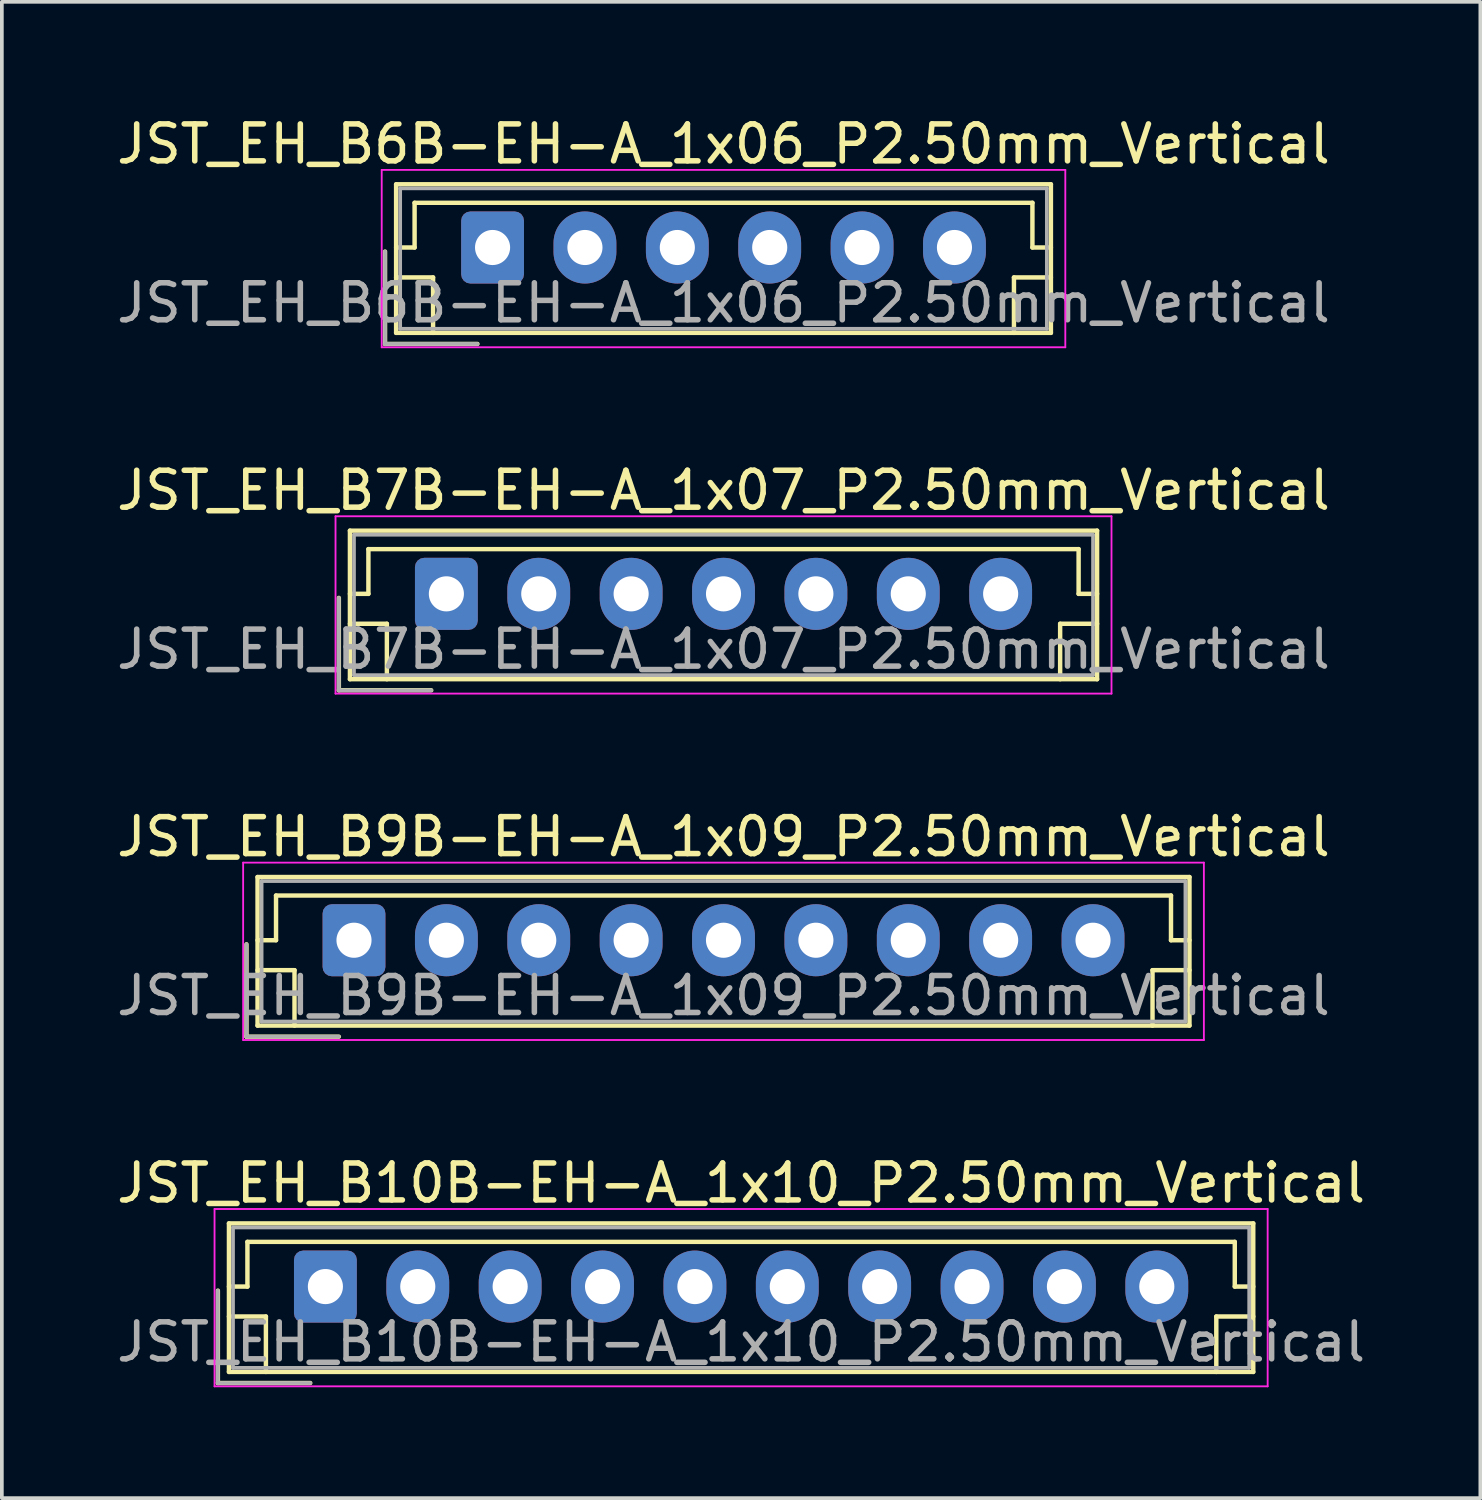
<source format=kicad_pcb>
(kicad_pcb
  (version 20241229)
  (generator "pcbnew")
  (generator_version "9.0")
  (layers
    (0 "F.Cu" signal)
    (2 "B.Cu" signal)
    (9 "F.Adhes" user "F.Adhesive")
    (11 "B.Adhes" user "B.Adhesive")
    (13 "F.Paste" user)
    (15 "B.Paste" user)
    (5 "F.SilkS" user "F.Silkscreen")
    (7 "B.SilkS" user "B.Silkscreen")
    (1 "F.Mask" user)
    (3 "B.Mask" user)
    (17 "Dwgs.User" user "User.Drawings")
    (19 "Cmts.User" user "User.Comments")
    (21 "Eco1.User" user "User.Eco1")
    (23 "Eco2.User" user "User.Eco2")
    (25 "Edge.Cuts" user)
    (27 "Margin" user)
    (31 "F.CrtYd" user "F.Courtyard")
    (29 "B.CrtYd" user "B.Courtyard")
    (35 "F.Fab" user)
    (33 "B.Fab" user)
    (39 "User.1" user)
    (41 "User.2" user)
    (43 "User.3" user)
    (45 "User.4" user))
  (footprint "JST_EH_B9B-EH-A_1x09_P2.50mm_Vertical"
    (layer "F.Cu")
    (at 6.53 22.395)
    (property "Reference" "JST_EH_B9B-EH-A_1x09_P2.50mm_Vertical" (at 10 -2.8 0) (layer "F.SilkS") (effects (font (size 1 1) (thickness 0.15))))
    (attr through_hole)
    (fp_line (start -2.91 0.11) (end -2.91 2.61) (stroke (width 0.12) (type solid)) (layer "F.SilkS"))
    (fp_line (start -2.91 2.61) (end -0.41 2.61) (stroke (width 0.12) (type solid)) (layer "F.SilkS"))
    (fp_line (start -2.61 -1.71) (end -2.61 2.31) (stroke (width 0.12) (type solid)) (layer "F.SilkS"))
    (fp_line (start -2.61 0) (end -2.11 0) (stroke (width 0.12) (type solid)) (layer "F.SilkS"))
    (fp_line (start -2.61 0.81) (end -1.61 0.81) (stroke (width 0.12) (type solid)) (layer "F.SilkS"))
    (fp_line (start -2.61 2.31) (end 22.61 2.31) (stroke (width 0.12) (type solid)) (layer "F.SilkS"))
    (fp_line (start -2.11 -1.21) (end 22.11 -1.21) (stroke (width 0.12) (type solid)) (layer "F.SilkS"))
    (fp_line (start -2.11 0) (end -2.11 -1.21) (stroke (width 0.12) (type solid)) (layer "F.SilkS"))
    (fp_line (start -1.61 0.81) (end -1.61 2.31) (stroke (width 0.12) (type solid)) (layer "F.SilkS"))
    (fp_line (start 21.61 0.81) (end 21.61 2.31) (stroke (width 0.12) (type solid)) (layer "F.SilkS"))
    (fp_line (start 22.11 -1.21) (end 22.11 0) (stroke (width 0.12) (type solid)) (layer "F.SilkS"))
    (fp_line (start 22.11 0) (end 22.61 0) (stroke (width 0.12) (type solid)) (layer "F.SilkS"))
    (fp_line (start 22.61 -1.71) (end -2.61 -1.71) (stroke (width 0.12) (type solid)) (layer "F.SilkS"))
    (fp_line (start 22.61 0.81) (end 21.61 0.81) (stroke (width 0.12) (type solid)) (layer "F.SilkS"))
    (fp_line (start 22.61 2.31) (end 22.61 -1.71) (stroke (width 0.12) (type solid)) (layer "F.SilkS"))
    (fp_line (start -3 -2.1) (end -3 2.7) (stroke (width 0.05) (type solid)) (layer "F.CrtYd"))
    (fp_line (start -3 2.7) (end 23 2.7) (stroke (width 0.05) (type solid)) (layer "F.CrtYd"))
    (fp_line (start 23 -2.1) (end -3 -2.1) (stroke (width 0.05) (type solid)) (layer "F.CrtYd"))
    (fp_line (start 23 2.7) (end 23 -2.1) (stroke (width 0.05) (type solid)) (layer "F.CrtYd"))
    (fp_line (start -2.91 0.11) (end -2.91 2.61) (stroke (width 0.1) (type solid)) (layer "F.Fab"))
    (fp_line (start -2.91 2.61) (end -0.41 2.61) (stroke (width 0.1) (type solid)) (layer "F.Fab"))
    (fp_line (start -2.5 -1.6) (end -2.5 2.2) (stroke (width 0.1) (type solid)) (layer "F.Fab"))
    (fp_line (start -2.5 2.2) (end 22.5 2.2) (stroke (width 0.1) (type solid)) (layer "F.Fab"))
    (fp_line (start 22.5 -1.6) (end -2.5 -1.6) (stroke (width 0.1) (type solid)) (layer "F.Fab"))
    (fp_line (start 22.5 2.2) (end 22.5 -1.6) (stroke (width 0.1) (type solid)) (layer "F.Fab"))
    (fp_text user "${REFERENCE}" (at 10 1.5 0) (layer "F.Fab") (effects (font (size 1 1) (thickness 0.15))))
    (pad "1" thru_hole roundrect (at 0 0) (size 1.7 1.95) (drill 0.95) (layers "*.Cu" "*.Mask") (roundrect_rratio 0.147))
    (pad "2" thru_hole oval (at 2.5 0) (size 1.7 1.95) (drill 0.95) (layers "*.Cu" "*.Mask"))
    (pad "3" thru_hole oval (at 5 0) (size 1.7 1.95) (drill 0.95) (layers "*.Cu" "*.Mask"))
    (pad "4" thru_hole oval (at 7.5 0) (size 1.7 1.95) (drill 0.95) (layers "*.Cu" "*.Mask"))
    (pad "5" thru_hole oval (at 10 0) (size 1.7 1.95) (drill 0.95) (layers "*.Cu" "*.Mask"))
    (pad "6" thru_hole oval (at 12.5 0) (size 1.7 1.95) (drill 0.95) (layers "*.Cu" "*.Mask"))
    (pad "7" thru_hole oval (at 15 0) (size 1.7 1.95) (drill 0.95) (layers "*.Cu" "*.Mask"))
    (pad "8" thru_hole oval (at 17.5 0) (size 1.7 1.95) (drill 0.95) (layers "*.Cu" "*.Mask"))
    (pad "9" thru_hole oval (at 20 0) (size 1.7 1.95) (drill 0.95) (layers "*.Cu" "*.Mask")))
  (footprint "JST_EH_B7B-EH-A_1x07_P2.50mm_Vertical"
    (layer "F.Cu")
    (at 9.03 13.021)
    (property "Reference" "JST_EH_B7B-EH-A_1x07_P2.50mm_Vertical" (at 7.5 -2.8 0) (layer "F.SilkS") (effects (font (size 1 1) (thickness 0.15))))
    (attr through_hole)
    (fp_line (start -2.91 0.11) (end -2.91 2.61) (stroke (width 0.12) (type solid)) (layer "F.SilkS"))
    (fp_line (start -2.91 2.61) (end -0.41 2.61) (stroke (width 0.12) (type solid)) (layer "F.SilkS"))
    (fp_line (start -2.61 -1.71) (end -2.61 2.31) (stroke (width 0.12) (type solid)) (layer "F.SilkS"))
    (fp_line (start -2.61 0) (end -2.11 0) (stroke (width 0.12) (type solid)) (layer "F.SilkS"))
    (fp_line (start -2.61 0.81) (end -1.61 0.81) (stroke (width 0.12) (type solid)) (layer "F.SilkS"))
    (fp_line (start -2.61 2.31) (end 17.61 2.31) (stroke (width 0.12) (type solid)) (layer "F.SilkS"))
    (fp_line (start -2.11 -1.21) (end 17.11 -1.21) (stroke (width 0.12) (type solid)) (layer "F.SilkS"))
    (fp_line (start -2.11 0) (end -2.11 -1.21) (stroke (width 0.12) (type solid)) (layer "F.SilkS"))
    (fp_line (start -1.61 0.81) (end -1.61 2.31) (stroke (width 0.12) (type solid)) (layer "F.SilkS"))
    (fp_line (start 16.61 0.81) (end 16.61 2.31) (stroke (width 0.12) (type solid)) (layer "F.SilkS"))
    (fp_line (start 17.11 -1.21) (end 17.11 0) (stroke (width 0.12) (type solid)) (layer "F.SilkS"))
    (fp_line (start 17.11 0) (end 17.61 0) (stroke (width 0.12) (type solid)) (layer "F.SilkS"))
    (fp_line (start 17.61 -1.71) (end -2.61 -1.71) (stroke (width 0.12) (type solid)) (layer "F.SilkS"))
    (fp_line (start 17.61 0.81) (end 16.61 0.81) (stroke (width 0.12) (type solid)) (layer "F.SilkS"))
    (fp_line (start 17.61 2.31) (end 17.61 -1.71) (stroke (width 0.12) (type solid)) (layer "F.SilkS"))
    (fp_line (start -3 -2.1) (end -3 2.7) (stroke (width 0.05) (type solid)) (layer "F.CrtYd"))
    (fp_line (start -3 2.7) (end 18 2.7) (stroke (width 0.05) (type solid)) (layer "F.CrtYd"))
    (fp_line (start 18 -2.1) (end -3 -2.1) (stroke (width 0.05) (type solid)) (layer "F.CrtYd"))
    (fp_line (start 18 2.7) (end 18 -2.1) (stroke (width 0.05) (type solid)) (layer "F.CrtYd"))
    (fp_line (start -2.91 0.11) (end -2.91 2.61) (stroke (width 0.1) (type solid)) (layer "F.Fab"))
    (fp_line (start -2.91 2.61) (end -0.41 2.61) (stroke (width 0.1) (type solid)) (layer "F.Fab"))
    (fp_line (start -2.5 -1.6) (end -2.5 2.2) (stroke (width 0.1) (type solid)) (layer "F.Fab"))
    (fp_line (start -2.5 2.2) (end 17.5 2.2) (stroke (width 0.1) (type solid)) (layer "F.Fab"))
    (fp_line (start 17.5 -1.6) (end -2.5 -1.6) (stroke (width 0.1) (type solid)) (layer "F.Fab"))
    (fp_line (start 17.5 2.2) (end 17.5 -1.6) (stroke (width 0.1) (type solid)) (layer "F.Fab"))
    (fp_text user "${REFERENCE}" (at 7.5 1.5 0) (layer "F.Fab") (effects (font (size 1 1) (thickness 0.15))))
    (pad "1" thru_hole roundrect (at 0 0) (size 1.7 1.95) (drill 0.95) (layers "*.Cu" "*.Mask") (roundrect_rratio 0.147))
    (pad "2" thru_hole oval (at 2.5 0) (size 1.7 1.95) (drill 0.95) (layers "*.Cu" "*.Mask"))
    (pad "3" thru_hole oval (at 5 0) (size 1.7 1.95) (drill 0.95) (layers "*.Cu" "*.Mask"))
    (pad "4" thru_hole oval (at 7.5 0) (size 1.7 1.95) (drill 0.95) (layers "*.Cu" "*.Mask"))
    (pad "5" thru_hole oval (at 10 0) (size 1.7 1.95) (drill 0.95) (layers "*.Cu" "*.Mask"))
    (pad "6" thru_hole oval (at 12.5 0) (size 1.7 1.95) (drill 0.95) (layers "*.Cu" "*.Mask"))
    (pad "7" thru_hole oval (at 15 0) (size 1.7 1.95) (drill 0.95) (layers "*.Cu" "*.Mask")))
  (footprint "JST_EH_B6B-EH-A_1x06_P2.50mm_Vertical"
    (layer "F.Cu")
    (at 10.28 3.648)
    (property "Reference" "JST_EH_B6B-EH-A_1x06_P2.50mm_Vertical" (at 6.25 -2.8 0) (layer "F.SilkS") (effects (font (size 1 1) (thickness 0.15))))
    (attr through_hole)
    (fp_line (start -2.91 0.11) (end -2.91 2.61) (stroke (width 0.12) (type solid)) (layer "F.SilkS"))
    (fp_line (start -2.91 2.61) (end -0.41 2.61) (stroke (width 0.12) (type solid)) (layer "F.SilkS"))
    (fp_line (start -2.61 -1.71) (end -2.61 2.31) (stroke (width 0.12) (type solid)) (layer "F.SilkS"))
    (fp_line (start -2.61 0) (end -2.11 0) (stroke (width 0.12) (type solid)) (layer "F.SilkS"))
    (fp_line (start -2.61 0.81) (end -1.61 0.81) (stroke (width 0.12) (type solid)) (layer "F.SilkS"))
    (fp_line (start -2.61 2.31) (end 15.11 2.31) (stroke (width 0.12) (type solid)) (layer "F.SilkS"))
    (fp_line (start -2.11 -1.21) (end 14.61 -1.21) (stroke (width 0.12) (type solid)) (layer "F.SilkS"))
    (fp_line (start -2.11 0) (end -2.11 -1.21) (stroke (width 0.12) (type solid)) (layer "F.SilkS"))
    (fp_line (start -1.61 0.81) (end -1.61 2.31) (stroke (width 0.12) (type solid)) (layer "F.SilkS"))
    (fp_line (start 14.11 0.81) (end 14.11 2.31) (stroke (width 0.12) (type solid)) (layer "F.SilkS"))
    (fp_line (start 14.61 -1.21) (end 14.61 0) (stroke (width 0.12) (type solid)) (layer "F.SilkS"))
    (fp_line (start 14.61 0) (end 15.11 0) (stroke (width 0.12) (type solid)) (layer "F.SilkS"))
    (fp_line (start 15.11 -1.71) (end -2.61 -1.71) (stroke (width 0.12) (type solid)) (layer "F.SilkS"))
    (fp_line (start 15.11 0.81) (end 14.11 0.81) (stroke (width 0.12) (type solid)) (layer "F.SilkS"))
    (fp_line (start 15.11 2.31) (end 15.11 -1.71) (stroke (width 0.12) (type solid)) (layer "F.SilkS"))
    (fp_line (start -3 -2.1) (end -3 2.7) (stroke (width 0.05) (type solid)) (layer "F.CrtYd"))
    (fp_line (start -3 2.7) (end 15.5 2.7) (stroke (width 0.05) (type solid)) (layer "F.CrtYd"))
    (fp_line (start 15.5 -2.1) (end -3 -2.1) (stroke (width 0.05) (type solid)) (layer "F.CrtYd"))
    (fp_line (start 15.5 2.7) (end 15.5 -2.1) (stroke (width 0.05) (type solid)) (layer "F.CrtYd"))
    (fp_line (start -2.91 0.11) (end -2.91 2.61) (stroke (width 0.1) (type solid)) (layer "F.Fab"))
    (fp_line (start -2.91 2.61) (end -0.41 2.61) (stroke (width 0.1) (type solid)) (layer "F.Fab"))
    (fp_line (start -2.5 -1.6) (end -2.5 2.2) (stroke (width 0.1) (type solid)) (layer "F.Fab"))
    (fp_line (start -2.5 2.2) (end 15 2.2) (stroke (width 0.1) (type solid)) (layer "F.Fab"))
    (fp_line (start 15 -1.6) (end -2.5 -1.6) (stroke (width 0.1) (type solid)) (layer "F.Fab"))
    (fp_line (start 15 2.2) (end 15 -1.6) (stroke (width 0.1) (type solid)) (layer "F.Fab"))
    (fp_text user "${REFERENCE}" (at 6.25 1.5 0) (layer "F.Fab") (effects (font (size 1 1) (thickness 0.15))))
    (pad "1" thru_hole roundrect (at 0 0) (size 1.7 1.95) (drill 0.95) (layers "*.Cu" "*.Mask") (roundrect_rratio 0.147))
    (pad "2" thru_hole oval (at 2.5 0) (size 1.7 1.95) (drill 0.95) (layers "*.Cu" "*.Mask"))
    (pad "3" thru_hole oval (at 5 0) (size 1.7 1.95) (drill 0.95) (layers "*.Cu" "*.Mask"))
    (pad "4" thru_hole oval (at 7.5 0) (size 1.7 1.95) (drill 0.95) (layers "*.Cu" "*.Mask"))
    (pad "5" thru_hole oval (at 10 0) (size 1.7 1.95) (drill 0.95) (layers "*.Cu" "*.Mask"))
    (pad "6" thru_hole oval (at 12.5 0) (size 1.7 1.95) (drill 0.95) (layers "*.Cu" "*.Mask")))
  (footprint "JST_EH_B10B-EH-A_1x10_P2.50mm_Vertical"
    (layer "F.Cu")
    (at 5.756 31.768)
    (property "Reference" "JST_EH_B10B-EH-A_1x10_P2.50mm_Vertical" (at 11.25 -2.8 0) (layer "F.SilkS") (effects (font (size 1 1) (thickness 0.15))))
    (attr through_hole)
    (fp_line (start -2.91 0.11) (end -2.91 2.61) (stroke (width 0.12) (type solid)) (layer "F.SilkS"))
    (fp_line (start -2.91 2.61) (end -0.41 2.61) (stroke (width 0.12) (type solid)) (layer "F.SilkS"))
    (fp_line (start -2.61 -1.71) (end -2.61 2.31) (stroke (width 0.12) (type solid)) (layer "F.SilkS"))
    (fp_line (start -2.61 0) (end -2.11 0) (stroke (width 0.12) (type solid)) (layer "F.SilkS"))
    (fp_line (start -2.61 0.81) (end -1.61 0.81) (stroke (width 0.12) (type solid)) (layer "F.SilkS"))
    (fp_line (start -2.61 2.31) (end 25.11 2.31) (stroke (width 0.12) (type solid)) (layer "F.SilkS"))
    (fp_line (start -2.11 -1.21) (end 24.61 -1.21) (stroke (width 0.12) (type solid)) (layer "F.SilkS"))
    (fp_line (start -2.11 0) (end -2.11 -1.21) (stroke (width 0.12) (type solid)) (layer "F.SilkS"))
    (fp_line (start -1.61 0.81) (end -1.61 2.31) (stroke (width 0.12) (type solid)) (layer "F.SilkS"))
    (fp_line (start 24.11 0.81) (end 24.11 2.31) (stroke (width 0.12) (type solid)) (layer "F.SilkS"))
    (fp_line (start 24.61 -1.21) (end 24.61 0) (stroke (width 0.12) (type solid)) (layer "F.SilkS"))
    (fp_line (start 24.61 0) (end 25.11 0) (stroke (width 0.12) (type solid)) (layer "F.SilkS"))
    (fp_line (start 25.11 -1.71) (end -2.61 -1.71) (stroke (width 0.12) (type solid)) (layer "F.SilkS"))
    (fp_line (start 25.11 0.81) (end 24.11 0.81) (stroke (width 0.12) (type solid)) (layer "F.SilkS"))
    (fp_line (start 25.11 2.31) (end 25.11 -1.71) (stroke (width 0.12) (type solid)) (layer "F.SilkS"))
    (fp_line (start -3 -2.1) (end -3 2.7) (stroke (width 0.05) (type solid)) (layer "F.CrtYd"))
    (fp_line (start -3 2.7) (end 25.5 2.7) (stroke (width 0.05) (type solid)) (layer "F.CrtYd"))
    (fp_line (start 25.5 -2.1) (end -3 -2.1) (stroke (width 0.05) (type solid)) (layer "F.CrtYd"))
    (fp_line (start 25.5 2.7) (end 25.5 -2.1) (stroke (width 0.05) (type solid)) (layer "F.CrtYd"))
    (fp_line (start -2.91 0.11) (end -2.91 2.61) (stroke (width 0.1) (type solid)) (layer "F.Fab"))
    (fp_line (start -2.91 2.61) (end -0.41 2.61) (stroke (width 0.1) (type solid)) (layer "F.Fab"))
    (fp_line (start -2.5 -1.6) (end -2.5 2.2) (stroke (width 0.1) (type solid)) (layer "F.Fab"))
    (fp_line (start -2.5 2.2) (end 25 2.2) (stroke (width 0.1) (type solid)) (layer "F.Fab"))
    (fp_line (start 25 -1.6) (end -2.5 -1.6) (stroke (width 0.1) (type solid)) (layer "F.Fab"))
    (fp_line (start 25 2.2) (end 25 -1.6) (stroke (width 0.1) (type solid)) (layer "F.Fab"))
    (fp_text user "${REFERENCE}" (at 11.25 1.5 0) (layer "F.Fab") (effects (font (size 1 1) (thickness 0.15))))
    (pad "1" thru_hole roundrect (at 0 0) (size 1.7 1.95) (drill 0.95) (layers "*.Cu" "*.Mask") (roundrect_rratio 0.147))
    (pad "2" thru_hole oval (at 2.5 0) (size 1.7 1.95) (drill 0.95) (layers "*.Cu" "*.Mask"))
    (pad "3" thru_hole oval (at 5 0) (size 1.7 1.95) (drill 0.95) (layers "*.Cu" "*.Mask"))
    (pad "4" thru_hole oval (at 7.5 0) (size 1.7 1.95) (drill 0.95) (layers "*.Cu" "*.Mask"))
    (pad "5" thru_hole oval (at 10 0) (size 1.7 1.95) (drill 0.95) (layers "*.Cu" "*.Mask"))
    (pad "6" thru_hole oval (at 12.5 0) (size 1.7 1.95) (drill 0.95) (layers "*.Cu" "*.Mask"))
    (pad "7" thru_hole oval (at 15 0) (size 1.7 1.95) (drill 0.95) (layers "*.Cu" "*.Mask"))
    (pad "8" thru_hole oval (at 17.5 0) (size 1.7 1.95) (drill 0.95) (layers "*.Cu" "*.Mask"))
    (pad "9" thru_hole oval (at 20 0) (size 1.7 1.95) (drill 0.95) (layers "*.Cu" "*.Mask"))
    (pad "10" thru_hole oval (at 22.5 0) (size 1.7 1.95) (drill 0.95) (layers "*.Cu" "*.Mask")))
  (gr_rect
    (start -3 -3)
    (end 37.012 37.493)
    (stroke (width 0.1) (type default))
    (fill no)
    (layer "Edge.Cuts")))
</source>
